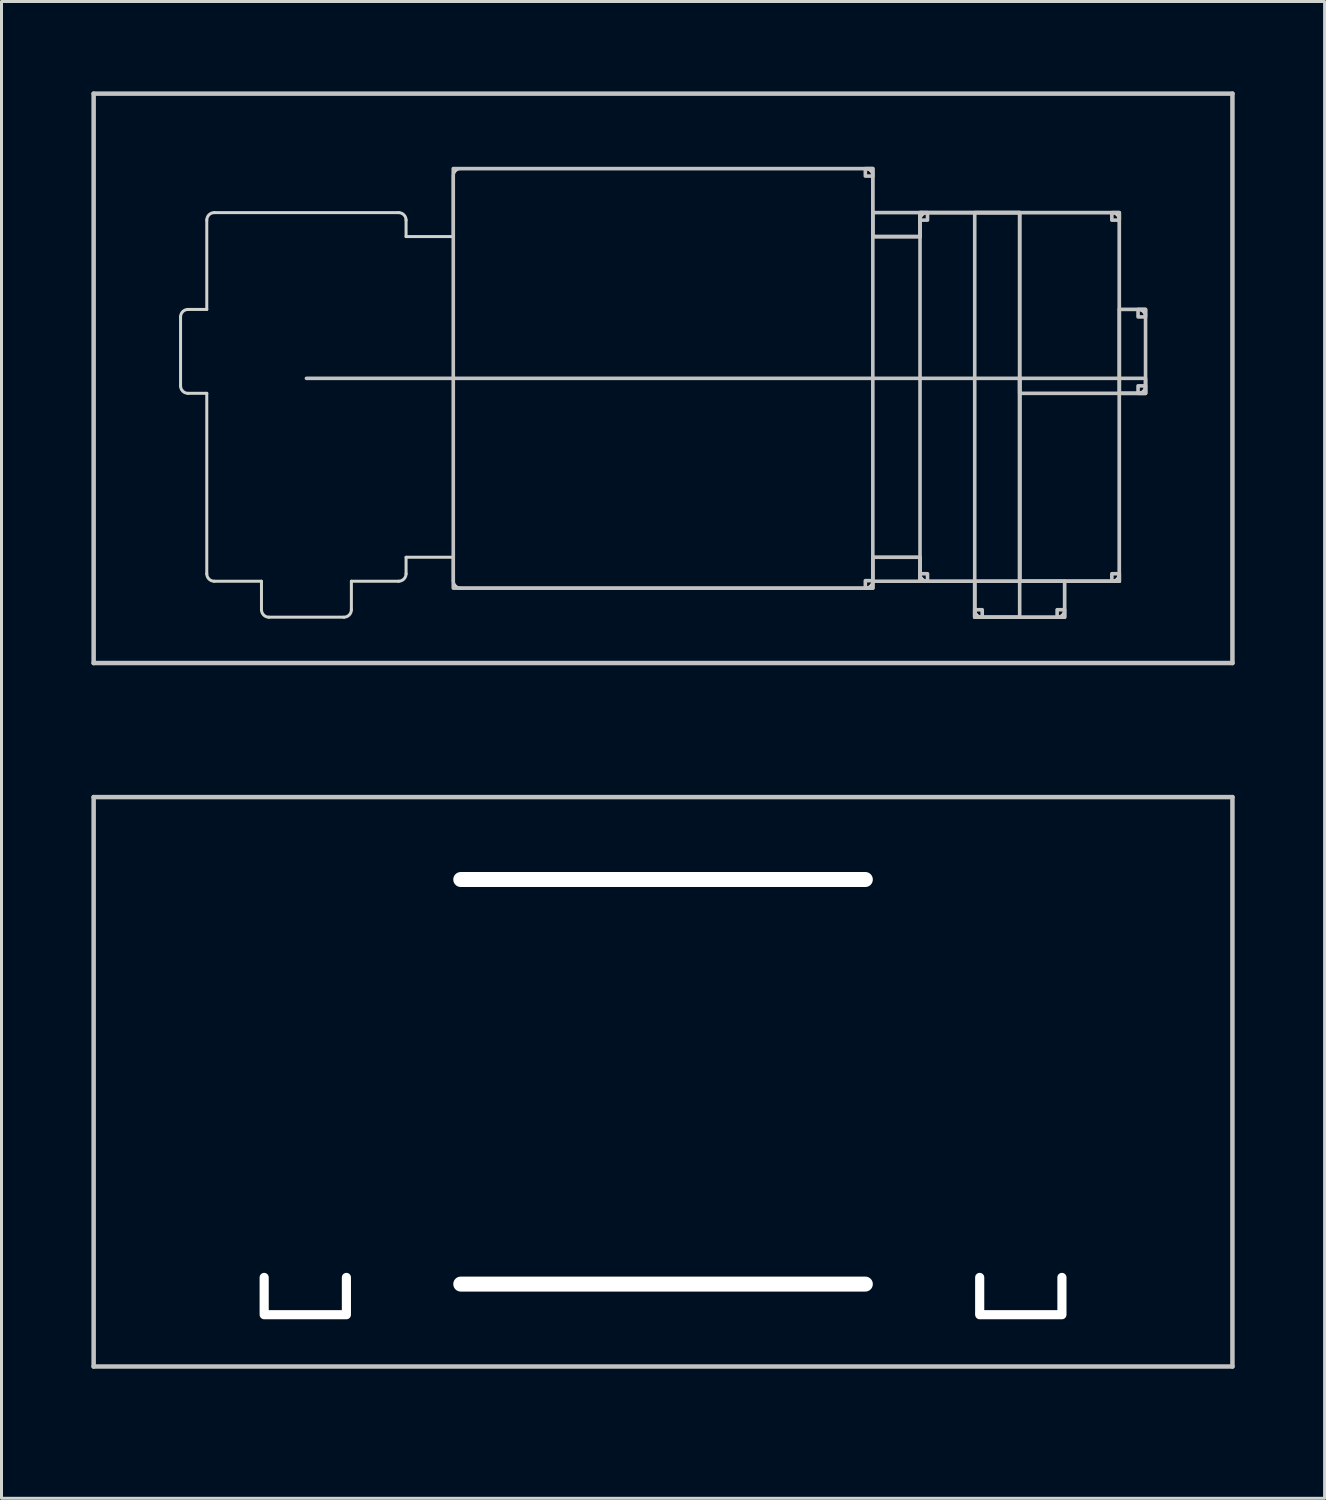
<source format=kicad_pcb>
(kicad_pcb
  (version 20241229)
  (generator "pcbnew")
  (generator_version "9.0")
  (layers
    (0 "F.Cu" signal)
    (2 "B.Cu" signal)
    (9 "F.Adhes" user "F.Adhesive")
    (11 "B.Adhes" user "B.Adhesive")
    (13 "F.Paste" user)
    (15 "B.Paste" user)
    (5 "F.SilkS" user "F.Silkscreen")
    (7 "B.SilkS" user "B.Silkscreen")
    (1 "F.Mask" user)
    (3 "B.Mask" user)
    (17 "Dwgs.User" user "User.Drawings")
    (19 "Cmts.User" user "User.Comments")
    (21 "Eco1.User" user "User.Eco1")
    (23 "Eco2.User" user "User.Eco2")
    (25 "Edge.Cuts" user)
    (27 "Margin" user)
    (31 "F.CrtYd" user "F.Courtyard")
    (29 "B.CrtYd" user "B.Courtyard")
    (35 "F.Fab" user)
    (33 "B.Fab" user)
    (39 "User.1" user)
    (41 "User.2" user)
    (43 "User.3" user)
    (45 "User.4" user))
  (footprint "MX_Switch_Cutout-2u_with_stabilizer_edge"
    (layer "F.Cu")
    (at 19.075 9.575)
    (property "Reference" "MX_Switch_Cutout-2u_with_stabilizer_edge" (at 0.25 10.05 0) (layer "Eco2.User") (effects (font (size 1 1) (thickness 0.15))))
    (fp_line (start -19 -9.5) (end 19 -9.5) (stroke (width 0.15) (type solid)) (layer "Dwgs.User"))
    (fp_line (start -19 9.5) (end -19 -9.5) (stroke (width 0.15) (type solid)) (layer "Dwgs.User"))
    (fp_line (start -11.9 0) (end 11.9 0) (stroke (width 0.12) (type solid)) (layer "Dwgs.User"))
    (fp_line (start 7 -4.73) (end 8.575 -4.73) (stroke (width 0.12) (type solid)) (layer "Dwgs.User"))
    (fp_line (start 11.9 -5.53) (end 8.575 -5.53) (stroke (width 0.12) (type solid)) (layer "Dwgs.User"))
    (fp_line (start 11.9 0) (end 11.9 6.77) (stroke (width 0.12) (type solid)) (layer "Dwgs.User"))
    (fp_line (start 11.9 6.77) (end 11.9 -5.53) (stroke (width 0.12) (type solid)) (layer "Dwgs.User"))
    (fp_line (start 11.9 6.77) (end 15.225 6.77) (stroke (width 0.12) (type solid)) (layer "Dwgs.User"))
    (fp_line (start 19 -9.5) (end 19 9.5) (stroke (width 0.15) (type solid)) (layer "Dwgs.User"))
    (fp_line (start 19 9.5) (end -19 9.5) (stroke (width 0.15) (type solid)) (layer "Dwgs.User"))
    (fp_rect (start -7 -7) (end 7 7) (stroke (width 0.12) (type solid)) (fill no) (layer "Dwgs.User"))
    (fp_rect (start 7 -7) (end 6.75 -6.75) (stroke (width 0.12) (type solid)) (fill no) (layer "Dwgs.User"))
    (fp_rect (start 7 7) (end 6.75 6.75) (stroke (width 0.12) (type solid)) (fill no) (layer "Dwgs.User"))
    (fp_rect (start 8.575 -5.53) (end 7 -4.73) (stroke (width 0.12) (type solid)) (fill no) (layer "Dwgs.User"))
    (fp_rect (start 8.575 -5.53) (end 8.825 -5.28) (stroke (width 0.12) (type solid)) (fill no) (layer "Dwgs.User"))
    (fp_rect (start 8.575 -5.53) (end 15.225 6.77) (stroke (width 0.12) (type solid)) (fill no) (layer "Dwgs.User"))
    (fp_rect (start 8.575 6.77) (end 7 5.97) (stroke (width 0.12) (type solid)) (fill no) (layer "Dwgs.User"))
    (fp_rect (start 8.575 6.77) (end 8.825 6.52) (stroke (width 0.12) (type solid)) (fill no) (layer "Dwgs.User"))
    (fp_rect (start 10.4 7.97) (end 10.65 7.72) (stroke (width 0.12) (type solid)) (fill no) (layer "Dwgs.User"))
    (fp_rect (start 10.4 7.97) (end 13.4 6.77) (stroke (width 0.12) (type solid)) (fill no) (layer "Dwgs.User"))
    (fp_rect (start 11.9 -5.53) (end 10.4 7.97) (stroke (width 0.12) (type solid)) (fill no) (layer "Dwgs.User"))
    (fp_rect (start 11.9 0) (end 16.1 0.5) (stroke (width 0.12) (type solid)) (fill no) (layer "Dwgs.User"))
    (fp_rect (start 13.4 7.97) (end 13.15 7.72) (stroke (width 0.12) (type solid)) (fill no) (layer "Dwgs.User"))
    (fp_rect (start 15.225 -5.53) (end 14.975 -5.28) (stroke (width 0.12) (type solid)) (fill no) (layer "Dwgs.User"))
    (fp_rect (start 15.225 6.77) (end 14.975 6.52) (stroke (width 0.12) (type solid)) (fill no) (layer "Dwgs.User"))
    (fp_rect (start 16.1 -2.3) (end 15.85 -2.05) (stroke (width 0.12) (type solid)) (fill no) (layer "Dwgs.User"))
    (fp_rect (start 16.1 0.5) (end 15.225 -2.3) (stroke (width 0.12) (type solid)) (fill no) (layer "Dwgs.User"))
    (fp_rect (start 16.1 0.5) (end 15.85 0.25) (stroke (width 0.12) (type solid)) (fill no) (layer "Dwgs.User"))
    (fp_line (start -16.1 0.25) (end -16.1 -2.05) (stroke (width 0.1) (type solid)) (layer "Edge.Cuts"))
    (fp_line (start -15.225 -2.3) (end -15.85 -2.3) (stroke (width 0.1) (type solid)) (layer "Edge.Cuts"))
    (fp_line (start -15.225 -2.3) (end -15.225 -5.28) (stroke (width 0.1) (type solid)) (layer "Edge.Cuts"))
    (fp_line (start -15.225 0.5) (end -15.85 0.5) (stroke (width 0.1) (type solid)) (layer "Edge.Cuts"))
    (fp_line (start -15.225 0.5) (end -15.225 6.52) (stroke (width 0.1) (type solid)) (layer "Edge.Cuts"))
    (fp_line (start -13.4 6.77) (end -14.975 6.77) (stroke (width 0.1) (type solid)) (layer "Edge.Cuts"))
    (fp_line (start -13.4 6.77) (end -13.4 7.72) (stroke (width 0.1) (type solid)) (layer "Edge.Cuts"))
    (fp_line (start -13.15 7.97) (end -10.65 7.97) (stroke (width 0.1) (type solid)) (layer "Edge.Cuts"))
    (fp_line (start -10.4 6.77) (end -8.825 6.77) (stroke (width 0.1) (type solid)) (layer "Edge.Cuts"))
    (fp_line (start -10.4 7.72) (end -10.4 6.77) (stroke (width 0.1) (type solid)) (layer "Edge.Cuts"))
    (fp_line (start -8.825 -5.53) (end -14.975 -5.53) (stroke (width 0.1) (type solid)) (layer "Edge.Cuts"))
    (fp_line (start -8.575 -5.28) (end -8.575 -4.73) (stroke (width 0.1) (type solid)) (layer "Edge.Cuts"))
    (fp_line (start -8.575 5.97) (end -8.575 6.52) (stroke (width 0.1) (type solid)) (layer "Edge.Cuts"))
    (fp_line (start -7 -6.75) (end -7 -4.73) (stroke (width 0.1) (type solid)) (layer "Edge.Cuts"))
    (fp_line (start -7 -4.73) (end -8.575 -4.73) (stroke (width 0.1) (type solid)) (layer "Edge.Cuts"))
    (fp_line (start -7 5.97) (end -8.575 5.97) (stroke (width 0.1) (type solid)) (layer "Edge.Cuts"))
    (fp_line (start -7 5.97) (end -7 6.77) (stroke (width 0.1) (type solid)) (layer "Edge.Cuts"))
    (fp_line (start -6.75 -7) (end 6.75 -7) (stroke (width 0.1) (type solid)) (layer "Edge.Cuts"))
    (fp_line (start 6.75 7) (end -6.75 7) (stroke (width 0.1) (type solid)) (layer "Edge.Cuts"))
    (fp_line (start 7 -6.75) (end 7 -4.73) (stroke (width 0.1) (type solid)) (layer "Edge.Cuts"))
    (fp_line (start 7 -4.73) (end 8.575 -4.73) (stroke (width 0.1) (type solid)) (layer "Edge.Cuts"))
    (fp_line (start 7 5.97) (end 7 6.77) (stroke (width 0.1) (type solid)) (layer "Edge.Cuts"))
    (fp_line (start 7 5.97) (end 8.575 5.97) (stroke (width 0.1) (type solid)) (layer "Edge.Cuts"))
    (fp_line (start 8.575 -5.28) (end 8.575 -4.73) (stroke (width 0.1) (type solid)) (layer "Edge.Cuts"))
    (fp_line (start 8.575 -4.73) (end 8.575 -4.73) (stroke (width 0.1) (type solid)) (layer "Edge.Cuts"))
    (fp_line (start 8.575 -4.73) (end 8.575 -4.73) (stroke (width 0.1) (type solid)) (layer "Edge.Cuts"))
    (fp_line (start 8.575 5.97) (end 8.575 6.52) (stroke (width 0.1) (type solid)) (layer "Edge.Cuts"))
    (fp_line (start 8.825 -5.53) (end 14.975 -5.53) (stroke (width 0.1) (type solid)) (layer "Edge.Cuts"))
    (fp_line (start 10.4 6.77) (end 8.825 6.77) (stroke (width 0.1) (type solid)) (layer "Edge.Cuts"))
    (fp_line (start 10.4 7.72) (end 10.4 6.77) (stroke (width 0.1) (type solid)) (layer "Edge.Cuts"))
    (fp_line (start 13.15 7.97) (end 10.65 7.97) (stroke (width 0.1) (type solid)) (layer "Edge.Cuts"))
    (fp_line (start 13.4 6.77) (end 13.4 7.72) (stroke (width 0.1) (type solid)) (layer "Edge.Cuts"))
    (fp_line (start 13.4 6.77) (end 14.975 6.77) (stroke (width 0.1) (type solid)) (layer "Edge.Cuts"))
    (fp_line (start 15.225 -2.3) (end 15.225 -5.28) (stroke (width 0.1) (type solid)) (layer "Edge.Cuts"))
    (fp_line (start 15.225 -2.3) (end 15.85 -2.3) (stroke (width 0.1) (type solid)) (layer "Edge.Cuts"))
    (fp_line (start 15.225 0.5) (end 15.225 6.52) (stroke (width 0.1) (type solid)) (layer "Edge.Cuts"))
    (fp_line (start 15.225 0.5) (end 15.85 0.5) (stroke (width 0.1) (type solid)) (layer "Edge.Cuts"))
    (fp_line (start 16.1 0.25) (end 16.1 -2.05) (stroke (width 0.1) (type solid)) (layer "Edge.Cuts"))
    (fp_arc (start -16.1 -2.050002) (mid -16.026776 -2.226778) (end -15.85 -2.3) (stroke (width 0.1) (type solid)) (layer "Edge.Cuts"))
    (fp_arc (start -15.85 0.5) (mid -16.026776 0.426778) (end -16.1 0.250002) (stroke (width 0.1) (type solid)) (layer "Edge.Cuts"))
    (fp_arc (start -15.225 -5.280002) (mid -15.151776 -5.456778) (end -14.975 -5.53) (stroke (width 0.1) (type solid)) (layer "Edge.Cuts"))
    (fp_arc (start -14.975 6.77) (mid -15.151776 6.696778) (end -15.225 6.520002) (stroke (width 0.1) (type solid)) (layer "Edge.Cuts"))
    (fp_arc (start -13.15 7.97) (mid -13.326776 7.896778) (end -13.4 7.720002) (stroke (width 0.1) (type solid)) (layer "Edge.Cuts"))
    (fp_arc (start -10.4 7.72) (mid -10.473222 7.896776) (end -10.649998 7.97) (stroke (width 0.1) (type solid)) (layer "Edge.Cuts"))
    (fp_arc (start -8.825 -5.53) (mid -8.648224 -5.456778) (end -8.575 -5.280002) (stroke (width 0.1) (type solid)) (layer "Edge.Cuts"))
    (fp_arc (start -8.575 6.52) (mid -8.648222 6.696776) (end -8.824998 6.77) (stroke (width 0.1) (type solid)) (layer "Edge.Cuts"))
    (fp_arc (start -7 -6.750002) (mid -6.926776 -6.926778) (end -6.75 -7) (stroke (width 0.1) (type solid)) (layer "Edge.Cuts"))
    (fp_arc (start -6.75 7) (mid -6.926776 6.926778) (end -7 6.750002) (stroke (width 0.1) (type solid)) (layer "Edge.Cuts"))
    (fp_arc (start 6.75 -7) (mid 6.926776 -6.926777) (end 6.999999 -6.750001) (stroke (width 0.1) (type solid)) (layer "Edge.Cuts"))
    (fp_arc (start 7.000001 6.750001) (mid 6.926777 6.926777) (end 6.75 7) (stroke (width 0.1) (type solid)) (layer "Edge.Cuts"))
    (fp_arc (start 8.574999 -5.280001) (mid 8.648223 -5.456777) (end 8.825 -5.53) (stroke (width 0.1) (type solid)) (layer "Edge.Cuts"))
    (fp_arc (start 8.824999 6.770001) (mid 8.648223 6.696777) (end 8.575 6.52) (stroke (width 0.1) (type solid)) (layer "Edge.Cuts"))
    (fp_arc (start 10.649999 7.970001) (mid 10.473223 7.896777) (end 10.4 7.72) (stroke (width 0.1) (type solid)) (layer "Edge.Cuts"))
    (fp_arc (start 13.400001 7.720001) (mid 13.326777 7.896777) (end 13.15 7.97) (stroke (width 0.1) (type solid)) (layer "Edge.Cuts"))
    (fp_arc (start 14.975 -5.53) (mid 15.151776 -5.456777) (end 15.224999 -5.280001) (stroke (width 0.1) (type solid)) (layer "Edge.Cuts"))
    (fp_arc (start 15.225001 6.520001) (mid 15.151777 6.696777) (end 14.975 6.77) (stroke (width 0.1) (type solid)) (layer "Edge.Cuts"))
    (fp_arc (start 15.85 -2.3) (mid 16.026776 -2.226777) (end 16.099999 -2.050001) (stroke (width 0.1) (type solid)) (layer "Edge.Cuts"))
    (fp_arc (start 16.100001 0.250001) (mid 16.026777 0.426777) (end 15.85 0.5) (stroke (width 0.1) (type solid)) (layer "Edge.Cuts")))
  (footprint "MX_Switch_Cutout-2u_with_stabilizer_nibbles"
    (layer "F.Cu")
    (at 19.075 33.048)
    (property "Reference" "MX_Switch_Cutout-2u_with_stabilizer_nibbles" (at 0.25 10.05 180) (layer "Eco2.User") (effects (font (size 1 1) (thickness 0.15))))
    (attr through_hole)
    (fp_line (start -19 -9.5) (end 19 -9.5) (stroke (width 0.15) (type solid)) (layer "Dwgs.User"))
    (fp_line (start -19 9.5) (end -19 -9.5) (stroke (width 0.15) (type solid)) (layer "Dwgs.User"))
    (fp_line (start 19 -9.5) (end 19 9.5) (stroke (width 0.15) (type solid)) (layer "Dwgs.User"))
    (fp_line (start 19 9.5) (end -19 9.5) (stroke (width 0.15) (type solid)) (layer "Dwgs.User"))
    (pad "" np_thru_hole oval (at -13.31 7.112) (size 0.305 1.473) (drill oval 0.305 1.473) (layers "*.Cu" "*.Mask"))
    (pad "" np_thru_hole oval (at -11.938 7.772) (size 3.048 0.305) (drill oval 3.048 0.305) (layers "*.Cu" "*.Mask"))
    (pad "" np_thru_hole oval (at -10.566 7.112) (size 0.305 1.473) (drill oval 0.305 1.473) (layers "*.Cu" "*.Mask"))
    (pad "" np_thru_hole oval (at 0 -6.75) (size 14 0.5) (drill oval 14 0.5) (layers "*.Cu" "*.Mask"))
    (pad "" np_thru_hole oval (at 0 6.75) (size 14 0.5) (drill oval 14 0.5) (layers "*.Cu" "*.Mask"))
    (pad "" np_thru_hole oval (at 10.566 7.112) (size 0.305 1.473) (drill oval 0.305 1.473) (layers "*.Cu" "*.Mask"))
    (pad "" np_thru_hole oval (at 11.938 7.772) (size 3.048 0.305) (drill oval 3.048 0.305) (layers "*.Cu" "*.Mask"))
    (pad "" np_thru_hole oval (at 13.31 7.112) (size 0.305 1.473) (drill oval 0.305 1.473) (layers "*.Cu" "*.Mask")))
  (gr_rect
    (start -3 -3)
    (end 41.15 46.947)
    (stroke (width 0.1) (type default))
    (fill no)
    (layer "Edge.Cuts")))
</source>
